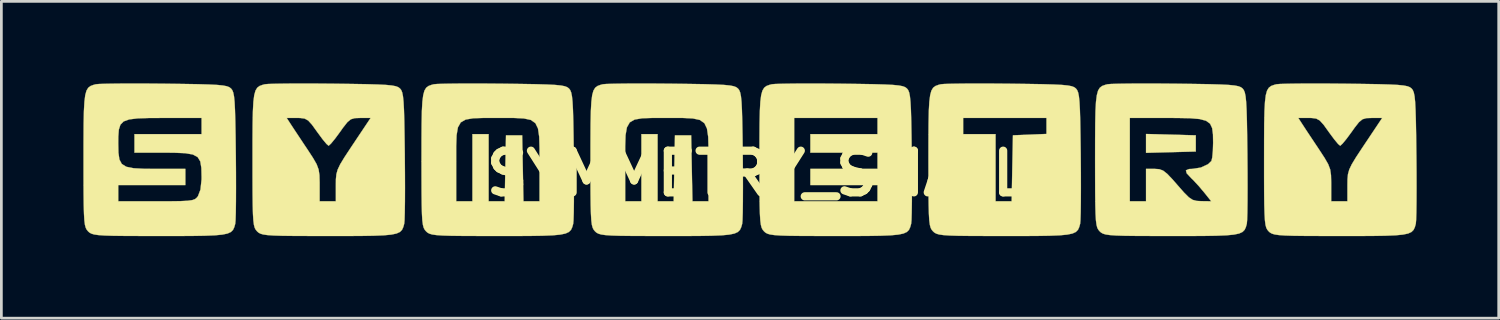
<source format=kicad_pcb>
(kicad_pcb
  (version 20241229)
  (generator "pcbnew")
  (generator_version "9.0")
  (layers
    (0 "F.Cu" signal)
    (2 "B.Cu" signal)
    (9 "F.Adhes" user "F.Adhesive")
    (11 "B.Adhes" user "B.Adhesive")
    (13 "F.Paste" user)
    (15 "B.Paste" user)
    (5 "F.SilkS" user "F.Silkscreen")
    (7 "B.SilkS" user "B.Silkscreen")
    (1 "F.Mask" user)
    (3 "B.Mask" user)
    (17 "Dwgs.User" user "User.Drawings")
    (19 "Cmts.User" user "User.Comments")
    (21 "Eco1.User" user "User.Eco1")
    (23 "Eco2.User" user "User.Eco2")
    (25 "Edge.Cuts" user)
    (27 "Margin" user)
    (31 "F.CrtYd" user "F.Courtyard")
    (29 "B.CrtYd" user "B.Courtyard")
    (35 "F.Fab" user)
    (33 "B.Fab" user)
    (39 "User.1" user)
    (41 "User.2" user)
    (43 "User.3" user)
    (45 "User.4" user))
  (footprint "SYMMETRY_SMALL"
    (layer "F.Cu")
    (at 24.643 3.296)
    (property "Reference" "SYMMETRY_SMALL" (at 0 0 0) (layer "F.SilkS") (effects (font (size 1.524 1.524) (thickness 0.3))))
    (attr through_hole)
    (fp_poly (pts (xy 16.044 -1.397) (xy 16.044 -0.804) (xy 14.224 -0.756) (xy 14.224 -1.445) (xy 16.044 -1.397)) (stroke (width 0.01) (type solid)) (fill yes) (layer "F.SilkS"))
    (fp_poly (pts (xy 8.585 -3.29) (xy 9.201 -3.285) (xy 9.205 -3.285) (xy 9.896 -3.276) (xy 10.438 -3.267) (xy 10.85 -3.255) (xy 11.152 -3.24) (xy 11.364 -3.219) (xy 11.505 -3.192) (xy 11.596 -3.157) (xy 11.657 -3.112) (xy 11.66 -3.109) (xy 11.705 -3.05) (xy 11.741 -2.962) (xy 11.769 -2.824) (xy 11.79 -2.618) (xy 11.806 -2.322) (xy 11.818 -1.918) (xy 11.827 -1.386) (xy 11.836 -0.705) (xy 11.836 -0.654) (xy 11.841 -0.037) (xy 11.842 0.531) (xy 11.84 1.026) (xy 11.835 1.425) (xy 11.826 1.702) (xy 11.815 1.835) (xy 11.815 1.835) (xy 11.78 1.961) (xy 11.734 2.061) (xy 11.657 2.138) (xy 11.533 2.195) (xy 11.342 2.235) (xy 11.067 2.261) (xy 10.689 2.276) (xy 10.19 2.284) (xy 9.552 2.286) (xy 9.053 2.286) (xy 8.344 2.285) (xy 7.784 2.283) (xy 7.355 2.278) (xy 7.036 2.268) (xy 6.809 2.252) (xy 6.654 2.23) (xy 6.552 2.199) (xy 6.483 2.16) (xy 6.435 2.117) (xy 6.386 2.06) (xy 6.347 1.988) (xy 6.318 1.879) (xy 6.296 1.715) (xy 6.282 1.477) (xy 6.273 1.144) (xy 6.268 0.698) (xy 6.266 0.118) (xy 6.265 -0.502) (xy 6.266 -1.241) (xy 6.27 -1.828) (xy 6.274 -2.032) (xy 7.535 -2.032) (xy 7.535 -1.439) (xy 8.721 -1.439) (xy 8.721 1.016) (xy 9.309 1.016) (xy 9.332 -0.191) (xy 9.356 -1.397) (xy 9.97 -1.422) (xy 10.583 -1.447) (xy 10.583 -2.032) (xy 7.535 -2.032) (xy 6.274 -2.032) (xy 6.279 -2.283) (xy 6.298 -2.623) (xy 6.329 -2.866) (xy 6.374 -3.032) (xy 6.438 -3.137) (xy 6.523 -3.201) (xy 6.631 -3.241) (xy 6.716 -3.264) (xy 6.848 -3.275) (xy 7.124 -3.283) (xy 7.522 -3.289) (xy 8.017 -3.291) (xy 8.585 -3.29)) (stroke (width 0.01) (type solid)) (fill yes) (layer "F.SilkS"))
    (fp_poly (pts (xy 2.404 -3.29) (xy 3.02 -3.285) (xy 3.024 -3.285) (xy 3.716 -3.276) (xy 4.257 -3.267) (xy 4.669 -3.255) (xy 4.971 -3.24) (xy 5.183 -3.219) (xy 5.325 -3.192) (xy 5.416 -3.157) (xy 5.476 -3.112) (xy 5.479 -3.109) (xy 5.525 -3.05) (xy 5.561 -2.962) (xy 5.588 -2.824) (xy 5.609 -2.618) (xy 5.625 -2.322) (xy 5.637 -1.918) (xy 5.646 -1.386) (xy 5.655 -0.705) (xy 5.655 -0.654) (xy 5.66 -0.037) (xy 5.662 0.531) (xy 5.66 1.026) (xy 5.654 1.425) (xy 5.646 1.702) (xy 5.634 1.835) (xy 5.634 1.835) (xy 5.599 1.961) (xy 5.553 2.061) (xy 5.477 2.138) (xy 5.352 2.195) (xy 5.162 2.235) (xy 4.886 2.261) (xy 4.508 2.276) (xy 4.009 2.284) (xy 3.371 2.286) (xy 2.873 2.286) (xy 2.163 2.285) (xy 1.603 2.283) (xy 1.174 2.278) (xy 0.855 2.268) (xy 0.629 2.252) (xy 0.474 2.23) (xy 0.371 2.199) (xy 0.302 2.16) (xy 0.254 2.117) (xy 0.205 2.06) (xy 0.166 1.988) (xy 0.137 1.879) (xy 0.116 1.715) (xy 0.101 1.477) (xy 0.092 1.144) (xy 0.087 0.698) (xy 0.085 0.118) (xy 0.085 -0.502) (xy 0.085 -1.241) (xy 0.089 -1.828) (xy 0.093 -2.032) (xy 1.355 -2.032) (xy 1.355 1.016) (xy 4.403 1.016) (xy 4.403 0.423) (xy 1.947 0.423) (xy 1.947 -0.169) (xy 4.403 -0.169) (xy 4.403 -0.762) (xy 1.947 -0.762) (xy 1.947 -1.439) (xy 4.403 -1.439) (xy 4.403 -2.032) (xy 1.355 -2.032) (xy 0.093 -2.032) (xy 0.099 -2.283) (xy 0.117 -2.623) (xy 0.148 -2.866) (xy 0.194 -3.032) (xy 0.258 -3.137) (xy 0.342 -3.201) (xy 0.451 -3.241) (xy 0.536 -3.264) (xy 0.667 -3.275) (xy 0.944 -3.283) (xy 1.342 -3.289) (xy 1.836 -3.291) (xy 2.404 -3.29)) (stroke (width 0.01) (type solid)) (fill yes) (layer "F.SilkS"))
    (fp_poly (pts (xy -9.957 -3.29) (xy -9.341 -3.285) (xy -9.337 -3.285) (xy -8.646 -3.276) (xy -8.104 -3.267) (xy -7.692 -3.255) (xy -7.39 -3.24) (xy -7.178 -3.219) (xy -7.037 -3.192) (xy -6.946 -3.157) (xy -6.885 -3.112) (xy -6.882 -3.109) (xy -6.837 -3.05) (xy -6.801 -2.962) (xy -6.773 -2.824) (xy -6.752 -2.618) (xy -6.736 -2.322) (xy -6.724 -1.918) (xy -6.715 -1.386) (xy -6.706 -0.705) (xy -6.706 -0.654) (xy -6.701 -0.037) (xy -6.7 0.531) (xy -6.702 1.026) (xy -6.707 1.425) (xy -6.716 1.702) (xy -6.727 1.835) (xy -6.727 1.835) (xy -6.762 1.961) (xy -6.808 2.061) (xy -6.885 2.138) (xy -7.009 2.195) (xy -7.2 2.235) (xy -7.475 2.261) (xy -7.853 2.276) (xy -8.352 2.284) (xy -8.99 2.286) (xy -9.489 2.286) (xy -10.198 2.285) (xy -10.758 2.283) (xy -11.187 2.278) (xy -11.506 2.268) (xy -11.733 2.252) (xy -11.888 2.23) (xy -11.99 2.199) (xy -12.059 2.16) (xy -12.107 2.117) (xy -12.156 2.06) (xy -12.195 1.988) (xy -12.224 1.879) (xy -12.246 1.715) (xy -12.26 1.477) (xy -12.269 1.144) (xy -12.274 0.698) (xy -12.276 0.118) (xy -12.277 -0.502) (xy -12.276 -0.994) (xy -11.007 -0.994) (xy -11.007 -0.441) (xy -11.007 -0.376) (xy -11.007 1.016) (xy -10.414 1.016) (xy -10.414 -1.439) (xy -9.821 -1.439) (xy -9.821 1.016) (xy -9.233 1.016) (xy -9.21 -0.191) (xy -9.186 -1.397) (xy -8.594 -1.397) (xy -8.547 1.016) (xy -7.959 1.016) (xy -7.959 -0.339) (xy -7.959 -0.914) (xy -7.971 -1.342) (xy -8.015 -1.644) (xy -8.111 -1.842) (xy -8.277 -1.959) (xy -8.534 -2.014) (xy -8.899 -2.032) (xy -9.394 -2.032) (xy -9.464 -2.032) (xy -9.993 -2.033) (xy -10.386 -2.02) (xy -10.661 -1.973) (xy -10.841 -1.869) (xy -10.945 -1.685) (xy -10.993 -1.401) (xy -11.007 -0.994) (xy -12.276 -0.994) (xy -12.276 -1.241) (xy -12.272 -1.828) (xy -12.263 -2.283) (xy -12.244 -2.623) (xy -12.213 -2.866) (xy -12.168 -3.032) (xy -12.104 -3.137) (xy -12.019 -3.201) (xy -11.911 -3.241) (xy -11.826 -3.264) (xy -11.694 -3.275) (xy -11.418 -3.283) (xy -11.02 -3.289) (xy -10.525 -3.291) (xy -9.957 -3.29)) (stroke (width 0.01) (type solid)) (fill yes) (layer "F.SilkS"))
    (fp_poly (pts (xy -3.777 -3.29) (xy -3.161 -3.285) (xy -3.156 -3.285) (xy -2.465 -3.276) (xy -1.923 -3.267) (xy -1.511 -3.255) (xy -1.209 -3.24) (xy -0.997 -3.219) (xy -0.856 -3.192) (xy -0.765 -3.157) (xy -0.705 -3.112) (xy -0.701 -3.109) (xy -0.656 -3.05) (xy -0.62 -2.962) (xy -0.592 -2.824) (xy -0.571 -2.618) (xy -0.556 -2.322) (xy -0.544 -1.918) (xy -0.534 -1.386) (xy -0.526 -0.705) (xy -0.525 -0.654) (xy -0.52 -0.037) (xy -0.519 0.531) (xy -0.521 1.026) (xy -0.526 1.425) (xy -0.535 1.702) (xy -0.546 1.835) (xy -0.546 1.835) (xy -0.581 1.961) (xy -0.628 2.061) (xy -0.704 2.138) (xy -0.828 2.195) (xy -1.019 2.235) (xy -1.294 2.261) (xy -1.672 2.276) (xy -2.171 2.284) (xy -2.81 2.286) (xy -3.308 2.286) (xy -4.018 2.285) (xy -4.577 2.283) (xy -5.007 2.278) (xy -5.325 2.268) (xy -5.552 2.252) (xy -5.707 2.23) (xy -5.809 2.199) (xy -5.879 2.16) (xy -5.927 2.117) (xy -5.976 2.06) (xy -6.014 1.988) (xy -6.044 1.879) (xy -6.065 1.715) (xy -6.079 1.477) (xy -6.089 1.144) (xy -6.094 0.698) (xy -6.096 0.118) (xy -6.096 -0.502) (xy -6.096 -0.994) (xy -4.826 -0.994) (xy -4.826 -0.441) (xy -4.826 -0.376) (xy -4.826 1.016) (xy -4.233 1.016) (xy -4.233 -1.439) (xy -3.641 -1.439) (xy -3.641 1.016) (xy -3.053 1.016) (xy -3.029 -0.191) (xy -3.006 -1.397) (xy -2.413 -1.397) (xy -2.39 -0.191) (xy -2.366 1.016) (xy -1.778 1.016) (xy -1.778 -0.339) (xy -1.778 -0.914) (xy -1.79 -1.342) (xy -1.835 -1.644) (xy -1.93 -1.842) (xy -2.097 -1.959) (xy -2.353 -2.014) (xy -2.719 -2.032) (xy -3.213 -2.032) (xy -3.283 -2.032) (xy -3.813 -2.033) (xy -4.205 -2.02) (xy -4.481 -1.973) (xy -4.66 -1.869) (xy -4.764 -1.685) (xy -4.813 -1.401) (xy -4.826 -0.994) (xy -6.096 -0.994) (xy -6.095 -1.241) (xy -6.092 -1.828) (xy -6.082 -2.283) (xy -6.063 -2.623) (xy -6.033 -2.866) (xy -5.987 -3.032) (xy -5.923 -3.137) (xy -5.838 -3.201) (xy -5.73 -3.241) (xy -5.645 -3.264) (xy -5.514 -3.275) (xy -5.237 -3.283) (xy -4.839 -3.289) (xy -4.344 -3.291) (xy -3.777 -3.29)) (stroke (width 0.01) (type solid)) (fill yes) (layer "F.SilkS"))
    (fp_poly (pts (xy 14.681 -3.29) (xy 15.297 -3.285) (xy 15.301 -3.285) (xy 15.992 -3.276) (xy 16.534 -3.267) (xy 16.946 -3.255) (xy 17.248 -3.24) (xy 17.46 -3.219) (xy 17.601 -3.192) (xy 17.692 -3.157) (xy 17.753 -3.112) (xy 17.756 -3.109) (xy 17.801 -3.05) (xy 17.837 -2.962) (xy 17.865 -2.824) (xy 17.886 -2.618) (xy 17.902 -2.322) (xy 17.914 -1.918) (xy 17.923 -1.386) (xy 17.932 -0.705) (xy 17.932 -0.654) (xy 17.937 -0.037) (xy 17.938 0.531) (xy 17.936 1.026) (xy 17.931 1.425) (xy 17.922 1.702) (xy 17.911 1.835) (xy 17.911 1.835) (xy 17.876 1.961) (xy 17.83 2.061) (xy 17.753 2.138) (xy 17.629 2.195) (xy 17.438 2.235) (xy 17.163 2.261) (xy 16.785 2.276) (xy 16.286 2.284) (xy 15.648 2.286) (xy 15.149 2.286) (xy 14.44 2.285) (xy 13.88 2.283) (xy 13.451 2.278) (xy 13.132 2.268) (xy 12.905 2.252) (xy 12.75 2.23) (xy 12.648 2.199) (xy 12.579 2.16) (xy 12.531 2.117) (xy 12.482 2.06) (xy 12.443 1.988) (xy 12.414 1.879) (xy 12.392 1.715) (xy 12.378 1.477) (xy 12.369 1.144) (xy 12.364 0.698) (xy 12.362 0.118) (xy 12.361 -0.502) (xy 12.362 -1.241) (xy 12.366 -1.828) (xy 12.37 -2.032) (xy 13.631 -2.032) (xy 13.631 1.016) (xy 14.224 1.016) (xy 14.224 -0.169) (xy 14.545 -0.169) (xy 14.708 -0.158) (xy 14.847 -0.107) (xy 14.997 0.01) (xy 15.194 0.216) (xy 15.37 0.418) (xy 15.615 0.697) (xy 15.79 0.871) (xy 15.931 0.964) (xy 16.077 1.002) (xy 16.242 1.011) (xy 16.609 1.016) (xy 16.356 0.699) (xy 16.149 0.454) (xy 15.94 0.23) (xy 15.883 0.176) (xy 15.711 -0.008) (xy 15.683 -0.117) (xy 15.801 -0.164) (xy 15.923 -0.169) (xy 16.227 -0.217) (xy 16.49 -0.339) (xy 16.615 -0.457) (xy 16.646 -0.585) (xy 16.669 -0.828) (xy 16.678 -1.122) (xy 16.673 -1.431) (xy 16.643 -1.661) (xy 16.566 -1.823) (xy 16.42 -1.929) (xy 16.183 -1.992) (xy 15.833 -2.022) (xy 15.349 -2.031) (xy 14.986 -2.032) (xy 13.631 -2.032) (xy 12.37 -2.032) (xy 12.375 -2.283) (xy 12.394 -2.623) (xy 12.425 -2.866) (xy 12.47 -3.032) (xy 12.534 -3.137) (xy 12.619 -3.201) (xy 12.727 -3.241) (xy 12.812 -3.264) (xy 12.944 -3.275) (xy 13.22 -3.283) (xy 13.618 -3.289) (xy 14.113 -3.291) (xy 14.681 -3.29)) (stroke (width 0.01) (type solid)) (fill yes) (layer "F.SilkS"))
    (fp_poly (pts (xy -22.319 -3.29) (xy -21.703 -3.285) (xy -21.698 -3.285) (xy -21.007 -3.276) (xy -20.465 -3.267) (xy -20.053 -3.255) (xy -19.751 -3.24) (xy -19.539 -3.219) (xy -19.398 -3.192) (xy -19.307 -3.157) (xy -19.247 -3.112) (xy -19.243 -3.109) (xy -19.198 -3.05) (xy -19.162 -2.962) (xy -19.134 -2.824) (xy -19.113 -2.618) (xy -19.098 -2.322) (xy -19.086 -1.918) (xy -19.076 -1.386) (xy -19.068 -0.705) (xy -19.067 -0.654) (xy -19.062 -0.037) (xy -19.061 0.531) (xy -19.063 1.026) (xy -19.068 1.425) (xy -19.077 1.702) (xy -19.088 1.835) (xy -19.088 1.835) (xy -19.123 1.961) (xy -19.17 2.061) (xy -19.246 2.138) (xy -19.37 2.195) (xy -19.561 2.235) (xy -19.836 2.261) (xy -20.214 2.276) (xy -20.713 2.284) (xy -21.352 2.286) (xy -21.85 2.286) (xy -22.56 2.285) (xy -23.119 2.283) (xy -23.549 2.278) (xy -23.867 2.268) (xy -24.094 2.252) (xy -24.249 2.23) (xy -24.351 2.199) (xy -24.421 2.16) (xy -24.469 2.117) (xy -24.518 2.06) (xy -24.556 1.988) (xy -24.586 1.879) (xy -24.607 1.715) (xy -24.621 1.477) (xy -24.631 1.144) (xy -24.636 0.698) (xy -24.638 0.118) (xy -24.638 -0.502) (xy -24.638 -1.101) (xy -23.368 -1.101) (xy -23.361 -0.759) (xy -23.326 -0.513) (xy -23.237 -0.347) (xy -23.072 -0.246) (xy -22.806 -0.193) (xy -22.416 -0.172) (xy -21.952 -0.169) (xy -20.913 -0.169) (xy -20.913 0.423) (xy -23.368 0.423) (xy -23.368 1.016) (xy -21.976 1.016) (xy -21.46 1.015) (xy -21.087 1.01) (xy -20.83 0.997) (xy -20.663 0.974) (xy -20.56 0.937) (xy -20.494 0.882) (xy -20.452 0.828) (xy -20.361 0.589) (xy -20.321 0.221) (xy -20.32 0.127) (xy -20.328 -0.205) (xy -20.367 -0.442) (xy -20.463 -0.6) (xy -20.639 -0.695) (xy -20.92 -0.743) (xy -21.33 -0.76) (xy -21.679 -0.762) (xy -22.775 -0.762) (xy -22.775 -1.439) (xy -20.32 -1.439) (xy -20.32 -2.032) (xy -21.656 -2.032) (xy -22.234 -2.03) (xy -22.665 -2.016) (xy -22.97 -1.978) (xy -23.171 -1.905) (xy -23.289 -1.784) (xy -23.347 -1.603) (xy -23.366 -1.352) (xy -23.368 -1.101) (xy -24.638 -1.101) (xy -24.637 -1.241) (xy -24.634 -1.828) (xy -24.624 -2.283) (xy -24.605 -2.623) (xy -24.575 -2.866) (xy -24.529 -3.032) (xy -24.465 -3.137) (xy -24.38 -3.201) (xy -24.272 -3.241) (xy -24.187 -3.264) (xy -24.056 -3.275) (xy -23.779 -3.283) (xy -23.381 -3.289) (xy -22.886 -3.291) (xy -22.319 -3.29)) (stroke (width 0.01) (type solid)) (fill yes) (layer "F.SilkS"))
    (fp_poly (pts (xy -16.138 -3.29) (xy -15.522 -3.285) (xy -15.518 -3.285) (xy -14.826 -3.276) (xy -14.285 -3.267) (xy -13.873 -3.255) (xy -13.571 -3.24) (xy -13.359 -3.219) (xy -13.217 -3.192) (xy -13.126 -3.157) (xy -13.066 -3.112) (xy -13.063 -3.109) (xy -13.017 -3.05) (xy -12.981 -2.962) (xy -12.954 -2.824) (xy -12.933 -2.618) (xy -12.917 -2.322) (xy -12.905 -1.918) (xy -12.896 -1.386) (xy -12.887 -0.705) (xy -12.887 -0.654) (xy -12.882 -0.037) (xy -12.88 0.531) (xy -12.882 1.026) (xy -12.888 1.425) (xy -12.896 1.702) (xy -12.908 1.835) (xy -12.908 1.835) (xy -12.943 1.961) (xy -12.989 2.061) (xy -13.065 2.138) (xy -13.19 2.195) (xy -13.38 2.235) (xy -13.656 2.261) (xy -14.034 2.276) (xy -14.533 2.284) (xy -15.171 2.286) (xy -15.669 2.286) (xy -16.379 2.285) (xy -16.939 2.283) (xy -17.368 2.278) (xy -17.687 2.268) (xy -17.913 2.252) (xy -18.068 2.23) (xy -18.171 2.199) (xy -18.24 2.16) (xy -18.288 2.117) (xy -18.337 2.06) (xy -18.376 1.988) (xy -18.405 1.879) (xy -18.426 1.715) (xy -18.441 1.477) (xy -18.45 1.144) (xy -18.455 0.698) (xy -18.457 0.118) (xy -18.457 -0.502) (xy -18.457 -1.241) (xy -18.453 -1.828) (xy -18.449 -2.032) (xy -17.207 -2.032) (xy -17.056 -1.799) (xy -16.942 -1.625) (xy -16.764 -1.357) (xy -16.554 -1.04) (xy -16.453 -0.89) (xy -16.244 -0.57) (xy -16.112 -0.34) (xy -16.04 -0.147) (xy -16.009 0.059) (xy -16.002 0.329) (xy -16.002 0.401) (xy -16.002 1.016) (xy -15.409 1.016) (xy -15.409 0.444) (xy -15.407 0.211) (xy -15.389 0.026) (xy -15.342 -0.144) (xy -15.25 -0.337) (xy -15.099 -0.587) (xy -14.874 -0.929) (xy -14.773 -1.08) (xy -14.137 -2.032) (xy -14.516 -2.032) (xy -14.717 -2.025) (xy -14.86 -1.983) (xy -14.989 -1.876) (xy -15.147 -1.675) (xy -15.254 -1.524) (xy -15.436 -1.277) (xy -15.584 -1.097) (xy -15.67 -1.017) (xy -15.675 -1.016) (xy -15.75 -1.08) (xy -15.892 -1.25) (xy -16.07 -1.491) (xy -16.094 -1.524) (xy -16.283 -1.786) (xy -16.421 -1.938) (xy -16.55 -2.009) (xy -16.716 -2.031) (xy -16.828 -2.032) (xy -17.207 -2.032) (xy -18.449 -2.032) (xy -18.443 -2.283) (xy -18.425 -2.623) (xy -18.394 -2.866) (xy -18.348 -3.032) (xy -18.284 -3.137) (xy -18.2 -3.201) (xy -18.091 -3.241) (xy -18.006 -3.264) (xy -17.875 -3.275) (xy -17.598 -3.283) (xy -17.2 -3.289) (xy -16.706 -3.291) (xy -16.138 -3.29)) (stroke (width 0.01) (type solid)) (fill yes) (layer "F.SilkS"))
    (fp_poly (pts (xy 20.861 -3.29) (xy 21.477 -3.285) (xy 21.482 -3.285) (xy 22.173 -3.276) (xy 22.715 -3.267) (xy 23.127 -3.255) (xy 23.429 -3.24) (xy 23.641 -3.219) (xy 23.782 -3.192) (xy 23.873 -3.157) (xy 23.933 -3.112) (xy 23.937 -3.109) (xy 23.982 -3.05) (xy 24.018 -2.962) (xy 24.046 -2.824) (xy 24.067 -2.618) (xy 24.082 -2.322) (xy 24.094 -1.918) (xy 24.104 -1.386) (xy 24.112 -0.705) (xy 24.113 -0.654) (xy 24.118 -0.037) (xy 24.119 0.531) (xy 24.117 1.026) (xy 24.112 1.425) (xy 24.103 1.702) (xy 24.092 1.835) (xy 24.092 1.835) (xy 24.057 1.961) (xy 24.01 2.061) (xy 23.934 2.138) (xy 23.81 2.195) (xy 23.619 2.235) (xy 23.344 2.261) (xy 22.966 2.276) (xy 22.467 2.284) (xy 21.828 2.286) (xy 21.33 2.286) (xy 20.62 2.285) (xy 20.061 2.283) (xy 19.631 2.278) (xy 19.313 2.268) (xy 19.086 2.252) (xy 18.931 2.23) (xy 18.829 2.199) (xy 18.759 2.16) (xy 18.711 2.117) (xy 18.662 2.06) (xy 18.624 1.988) (xy 18.594 1.879) (xy 18.573 1.715) (xy 18.559 1.477) (xy 18.549 1.144) (xy 18.544 0.698) (xy 18.542 0.118) (xy 18.542 -0.502) (xy 18.543 -1.241) (xy 18.546 -1.828) (xy 18.551 -2.032) (xy 19.793 -2.032) (xy 19.944 -1.799) (xy 20.057 -1.625) (xy 20.235 -1.357) (xy 20.446 -1.04) (xy 20.546 -0.89) (xy 20.755 -0.57) (xy 20.887 -0.34) (xy 20.96 -0.147) (xy 20.99 0.059) (xy 20.997 0.329) (xy 20.997 0.401) (xy 20.997 1.016) (xy 21.59 1.016) (xy 21.59 0.444) (xy 21.593 0.211) (xy 21.61 0.026) (xy 21.657 -0.144) (xy 21.749 -0.337) (xy 21.9 -0.587) (xy 22.125 -0.929) (xy 22.226 -1.08) (xy 22.862 -2.032) (xy 22.483 -2.032) (xy 22.282 -2.025) (xy 22.14 -1.983) (xy 22.011 -1.876) (xy 21.853 -1.675) (xy 21.746 -1.524) (xy 21.564 -1.277) (xy 21.416 -1.097) (xy 21.33 -1.017) (xy 21.325 -1.016) (xy 21.249 -1.08) (xy 21.108 -1.25) (xy 20.929 -1.491) (xy 20.906 -1.524) (xy 20.717 -1.786) (xy 20.579 -1.938) (xy 20.449 -2.009) (xy 20.284 -2.031) (xy 20.171 -2.032) (xy 19.793 -2.032) (xy 18.551 -2.032) (xy 18.556 -2.283) (xy 18.575 -2.623) (xy 18.605 -2.866) (xy 18.651 -3.032) (xy 18.715 -3.137) (xy 18.8 -3.201) (xy 18.908 -3.241) (xy 18.993 -3.264) (xy 19.124 -3.275) (xy 19.401 -3.283) (xy 19.799 -3.289) (xy 20.294 -3.291) (xy 20.861 -3.29)) (stroke (width 0.01) (type solid)) (fill yes) (layer "F.SilkS")))
  (gr_rect
    (start -3 -3)
    (end 51.767 8.587)
    (stroke (width 0.1) (type default))
    (fill no)
    (layer "Edge.Cuts")))
</source>
